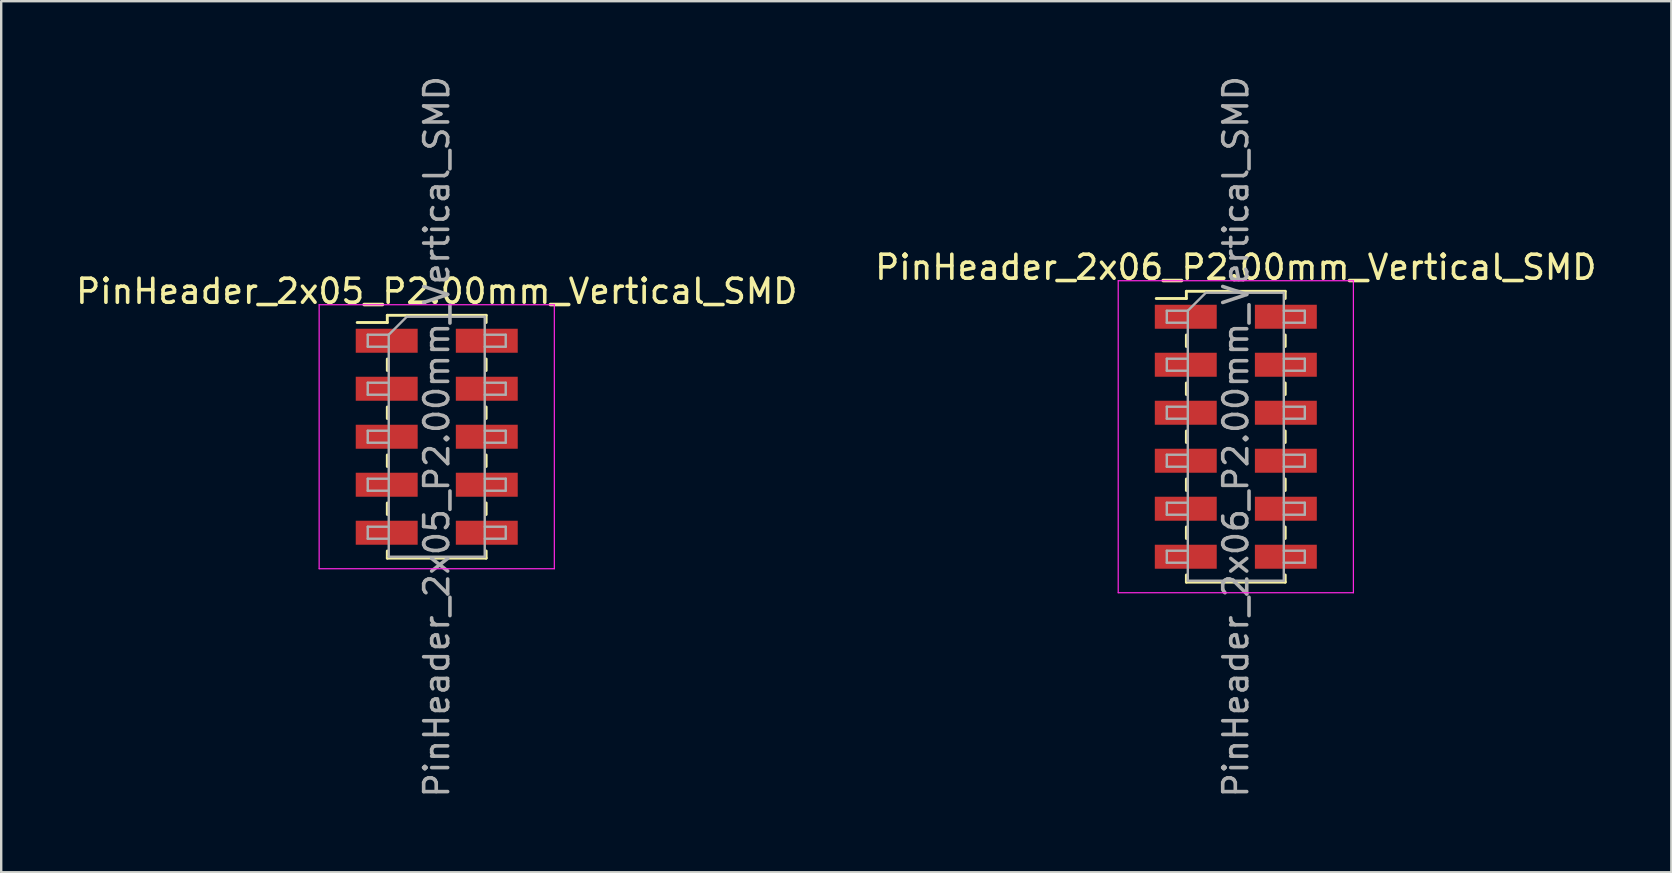
<source format=kicad_pcb>
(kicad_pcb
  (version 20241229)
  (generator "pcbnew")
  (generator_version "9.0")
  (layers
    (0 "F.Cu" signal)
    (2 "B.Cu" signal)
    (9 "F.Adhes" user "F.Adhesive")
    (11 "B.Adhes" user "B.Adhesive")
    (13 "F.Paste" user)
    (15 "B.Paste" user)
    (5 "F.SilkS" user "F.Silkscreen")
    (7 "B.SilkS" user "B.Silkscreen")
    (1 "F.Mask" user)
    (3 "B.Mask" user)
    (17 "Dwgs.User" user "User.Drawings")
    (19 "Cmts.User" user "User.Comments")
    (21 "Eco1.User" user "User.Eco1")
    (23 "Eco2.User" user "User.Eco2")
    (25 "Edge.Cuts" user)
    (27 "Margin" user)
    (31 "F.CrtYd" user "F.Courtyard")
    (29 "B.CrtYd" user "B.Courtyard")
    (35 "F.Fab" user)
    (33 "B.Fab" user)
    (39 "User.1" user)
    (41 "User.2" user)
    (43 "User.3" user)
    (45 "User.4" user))
  (footprint "PinHeader_2x06_P2.00mm_Vertical_SMD"
    (layer "F.Cu")
    (at 48.446 15.149)
    (property "Reference" "PinHeader_2x06_P2.00mm_Vertical_SMD" (at 0 -7.06 0) (layer "F.SilkS") (effects (font (size 1 1) (thickness 0.15))))
    (attr smd)
    (fp_line (start -3.315 -5.76) (end -2.06 -5.76) (stroke (width 0.12) (type solid)) (layer "F.SilkS"))
    (fp_line (start -2.06 -6.06) (end -2.06 -5.76) (stroke (width 0.12) (type solid)) (layer "F.SilkS"))
    (fp_line (start -2.06 -6.06) (end 2.06 -6.06) (stroke (width 0.12) (type solid)) (layer "F.SilkS"))
    (fp_line (start -2.06 -4.24) (end -2.06 -3.76) (stroke (width 0.12) (type solid)) (layer "F.SilkS"))
    (fp_line (start -2.06 -2.24) (end -2.06 -1.76) (stroke (width 0.12) (type solid)) (layer "F.SilkS"))
    (fp_line (start -2.06 -0.24) (end -2.06 0.24) (stroke (width 0.12) (type solid)) (layer "F.SilkS"))
    (fp_line (start -2.06 1.76) (end -2.06 2.24) (stroke (width 0.12) (type solid)) (layer "F.SilkS"))
    (fp_line (start -2.06 3.76) (end -2.06 4.24) (stroke (width 0.12) (type solid)) (layer "F.SilkS"))
    (fp_line (start -2.06 5.76) (end -2.06 6.06) (stroke (width 0.12) (type solid)) (layer "F.SilkS"))
    (fp_line (start -2.06 6.06) (end 2.06 6.06) (stroke (width 0.12) (type solid)) (layer "F.SilkS"))
    (fp_line (start 2.06 -6.06) (end 2.06 -5.76) (stroke (width 0.12) (type solid)) (layer "F.SilkS"))
    (fp_line (start 2.06 -4.24) (end 2.06 -3.76) (stroke (width 0.12) (type solid)) (layer "F.SilkS"))
    (fp_line (start 2.06 -2.24) (end 2.06 -1.76) (stroke (width 0.12) (type solid)) (layer "F.SilkS"))
    (fp_line (start 2.06 -0.24) (end 2.06 0.24) (stroke (width 0.12) (type solid)) (layer "F.SilkS"))
    (fp_line (start 2.06 1.76) (end 2.06 2.24) (stroke (width 0.12) (type solid)) (layer "F.SilkS"))
    (fp_line (start 2.06 3.76) (end 2.06 4.24) (stroke (width 0.12) (type solid)) (layer "F.SilkS"))
    (fp_line (start 2.06 5.76) (end 2.06 6.06) (stroke (width 0.12) (type solid)) (layer "F.SilkS"))
    (fp_line (start -4.9 -6.5) (end -4.9 6.5) (stroke (width 0.05) (type solid)) (layer "F.CrtYd"))
    (fp_line (start -4.9 6.5) (end 4.9 6.5) (stroke (width 0.05) (type solid)) (layer "F.CrtYd"))
    (fp_line (start 4.9 -6.5) (end -4.9 -6.5) (stroke (width 0.05) (type solid)) (layer "F.CrtYd"))
    (fp_line (start 4.9 6.5) (end 4.9 -6.5) (stroke (width 0.05) (type solid)) (layer "F.CrtYd"))
    (fp_line (start -2.875 -5.25) (end -2.875 -4.75) (stroke (width 0.1) (type solid)) (layer "F.Fab"))
    (fp_line (start -2.875 -4.75) (end -2 -4.75) (stroke (width 0.1) (type solid)) (layer "F.Fab"))
    (fp_line (start -2.875 -3.25) (end -2.875 -2.75) (stroke (width 0.1) (type solid)) (layer "F.Fab"))
    (fp_line (start -2.875 -2.75) (end -2 -2.75) (stroke (width 0.1) (type solid)) (layer "F.Fab"))
    (fp_line (start -2.875 -1.25) (end -2.875 -0.75) (stroke (width 0.1) (type solid)) (layer "F.Fab"))
    (fp_line (start -2.875 -0.75) (end -2 -0.75) (stroke (width 0.1) (type solid)) (layer "F.Fab"))
    (fp_line (start -2.875 0.75) (end -2.875 1.25) (stroke (width 0.1) (type solid)) (layer "F.Fab"))
    (fp_line (start -2.875 1.25) (end -2 1.25) (stroke (width 0.1) (type solid)) (layer "F.Fab"))
    (fp_line (start -2.875 2.75) (end -2.875 3.25) (stroke (width 0.1) (type solid)) (layer "F.Fab"))
    (fp_line (start -2.875 3.25) (end -2 3.25) (stroke (width 0.1) (type solid)) (layer "F.Fab"))
    (fp_line (start -2.875 4.75) (end -2.875 5.25) (stroke (width 0.1) (type solid)) (layer "F.Fab"))
    (fp_line (start -2.875 5.25) (end -2 5.25) (stroke (width 0.1) (type solid)) (layer "F.Fab"))
    (fp_line (start -2 -5.25) (end -2.875 -5.25) (stroke (width 0.1) (type solid)) (layer "F.Fab"))
    (fp_line (start -2 -5.25) (end -1.25 -6) (stroke (width 0.1) (type solid)) (layer "F.Fab"))
    (fp_line (start -2 -3.25) (end -2.875 -3.25) (stroke (width 0.1) (type solid)) (layer "F.Fab"))
    (fp_line (start -2 -1.25) (end -2.875 -1.25) (stroke (width 0.1) (type solid)) (layer "F.Fab"))
    (fp_line (start -2 0.75) (end -2.875 0.75) (stroke (width 0.1) (type solid)) (layer "F.Fab"))
    (fp_line (start -2 2.75) (end -2.875 2.75) (stroke (width 0.1) (type solid)) (layer "F.Fab"))
    (fp_line (start -2 4.75) (end -2.875 4.75) (stroke (width 0.1) (type solid)) (layer "F.Fab"))
    (fp_line (start -2 6) (end -2 -5.25) (stroke (width 0.1) (type solid)) (layer "F.Fab"))
    (fp_line (start -1.25 -6) (end 2 -6) (stroke (width 0.1) (type solid)) (layer "F.Fab"))
    (fp_line (start 2 -6) (end 2 6) (stroke (width 0.1) (type solid)) (layer "F.Fab"))
    (fp_line (start 2 -5.25) (end 2.875 -5.25) (stroke (width 0.1) (type solid)) (layer "F.Fab"))
    (fp_line (start 2 -3.25) (end 2.875 -3.25) (stroke (width 0.1) (type solid)) (layer "F.Fab"))
    (fp_line (start 2 -1.25) (end 2.875 -1.25) (stroke (width 0.1) (type solid)) (layer "F.Fab"))
    (fp_line (start 2 0.75) (end 2.875 0.75) (stroke (width 0.1) (type solid)) (layer "F.Fab"))
    (fp_line (start 2 2.75) (end 2.875 2.75) (stroke (width 0.1) (type solid)) (layer "F.Fab"))
    (fp_line (start 2 4.75) (end 2.875 4.75) (stroke (width 0.1) (type solid)) (layer "F.Fab"))
    (fp_line (start 2 6) (end -2 6) (stroke (width 0.1) (type solid)) (layer "F.Fab"))
    (fp_line (start 2.875 -5.25) (end 2.875 -4.75) (stroke (width 0.1) (type solid)) (layer "F.Fab"))
    (fp_line (start 2.875 -4.75) (end 2 -4.75) (stroke (width 0.1) (type solid)) (layer "F.Fab"))
    (fp_line (start 2.875 -3.25) (end 2.875 -2.75) (stroke (width 0.1) (type solid)) (layer "F.Fab"))
    (fp_line (start 2.875 -2.75) (end 2 -2.75) (stroke (width 0.1) (type solid)) (layer "F.Fab"))
    (fp_line (start 2.875 -1.25) (end 2.875 -0.75) (stroke (width 0.1) (type solid)) (layer "F.Fab"))
    (fp_line (start 2.875 -0.75) (end 2 -0.75) (stroke (width 0.1) (type solid)) (layer "F.Fab"))
    (fp_line (start 2.875 0.75) (end 2.875 1.25) (stroke (width 0.1) (type solid)) (layer "F.Fab"))
    (fp_line (start 2.875 1.25) (end 2 1.25) (stroke (width 0.1) (type solid)) (layer "F.Fab"))
    (fp_line (start 2.875 2.75) (end 2.875 3.25) (stroke (width 0.1) (type solid)) (layer "F.Fab"))
    (fp_line (start 2.875 3.25) (end 2 3.25) (stroke (width 0.1) (type solid)) (layer "F.Fab"))
    (fp_line (start 2.875 4.75) (end 2.875 5.25) (stroke (width 0.1) (type solid)) (layer "F.Fab"))
    (fp_line (start 2.875 5.25) (end 2 5.25) (stroke (width 0.1) (type solid)) (layer "F.Fab"))
    (fp_text user "${REFERENCE}" (at 0 0 90) (layer "F.Fab") (effects (font (size 1 1) (thickness 0.15))))
    (pad "1" smd rect (at -2.085 -5) (size 2.58 1) (layers "F.Cu" "F.Mask" "F.Paste"))
    (pad "2" smd rect (at 2.085 -5) (size 2.58 1) (layers "F.Cu" "F.Mask" "F.Paste"))
    (pad "3" smd rect (at -2.085 -3) (size 2.58 1) (layers "F.Cu" "F.Mask" "F.Paste"))
    (pad "4" smd rect (at 2.085 -3) (size 2.58 1) (layers "F.Cu" "F.Mask" "F.Paste"))
    (pad "5" smd rect (at -2.085 -1) (size 2.58 1) (layers "F.Cu" "F.Mask" "F.Paste"))
    (pad "6" smd rect (at 2.085 -1) (size 2.58 1) (layers "F.Cu" "F.Mask" "F.Paste"))
    (pad "7" smd rect (at -2.085 1) (size 2.58 1) (layers "F.Cu" "F.Mask" "F.Paste"))
    (pad "8" smd rect (at 2.085 1) (size 2.58 1) (layers "F.Cu" "F.Mask" "F.Paste"))
    (pad "9" smd rect (at -2.085 3) (size 2.58 1) (layers "F.Cu" "F.Mask" "F.Paste"))
    (pad "10" smd rect (at 2.085 3) (size 2.58 1) (layers "F.Cu" "F.Mask" "F.Paste"))
    (pad "11" smd rect (at -2.085 5) (size 2.58 1) (layers "F.Cu" "F.Mask" "F.Paste"))
    (pad "12" smd rect (at 2.085 5) (size 2.58 1) (layers "F.Cu" "F.Mask" "F.Paste")))
  (footprint "PinHeader_2x05_P2.00mm_Vertical_SMD"
    (layer "F.Cu")
    (at 15.149 15.149)
    (property "Reference" "PinHeader_2x05_P2.00mm_Vertical_SMD" (at 0 -6.06 0) (layer "F.SilkS") (effects (font (size 1 1) (thickness 0.15))))
    (attr smd)
    (fp_line (start -3.315 -4.76) (end -2.06 -4.76) (stroke (width 0.12) (type solid)) (layer "F.SilkS"))
    (fp_line (start -2.06 -5.06) (end -2.06 -4.76) (stroke (width 0.12) (type solid)) (layer "F.SilkS"))
    (fp_line (start -2.06 -5.06) (end 2.06 -5.06) (stroke (width 0.12) (type solid)) (layer "F.SilkS"))
    (fp_line (start -2.06 -3.24) (end -2.06 -2.76) (stroke (width 0.12) (type solid)) (layer "F.SilkS"))
    (fp_line (start -2.06 -1.24) (end -2.06 -0.76) (stroke (width 0.12) (type solid)) (layer "F.SilkS"))
    (fp_line (start -2.06 0.76) (end -2.06 1.24) (stroke (width 0.12) (type solid)) (layer "F.SilkS"))
    (fp_line (start -2.06 2.76) (end -2.06 3.24) (stroke (width 0.12) (type solid)) (layer "F.SilkS"))
    (fp_line (start -2.06 4.76) (end -2.06 5.06) (stroke (width 0.12) (type solid)) (layer "F.SilkS"))
    (fp_line (start -2.06 5.06) (end 2.06 5.06) (stroke (width 0.12) (type solid)) (layer "F.SilkS"))
    (fp_line (start 2.06 -5.06) (end 2.06 -4.76) (stroke (width 0.12) (type solid)) (layer "F.SilkS"))
    (fp_line (start 2.06 -3.24) (end 2.06 -2.76) (stroke (width 0.12) (type solid)) (layer "F.SilkS"))
    (fp_line (start 2.06 -1.24) (end 2.06 -0.76) (stroke (width 0.12) (type solid)) (layer "F.SilkS"))
    (fp_line (start 2.06 0.76) (end 2.06 1.24) (stroke (width 0.12) (type solid)) (layer "F.SilkS"))
    (fp_line (start 2.06 2.76) (end 2.06 3.24) (stroke (width 0.12) (type solid)) (layer "F.SilkS"))
    (fp_line (start 2.06 4.76) (end 2.06 5.06) (stroke (width 0.12) (type solid)) (layer "F.SilkS"))
    (fp_line (start -4.9 -5.5) (end -4.9 5.5) (stroke (width 0.05) (type solid)) (layer "F.CrtYd"))
    (fp_line (start -4.9 5.5) (end 4.9 5.5) (stroke (width 0.05) (type solid)) (layer "F.CrtYd"))
    (fp_line (start 4.9 -5.5) (end -4.9 -5.5) (stroke (width 0.05) (type solid)) (layer "F.CrtYd"))
    (fp_line (start 4.9 5.5) (end 4.9 -5.5) (stroke (width 0.05) (type solid)) (layer "F.CrtYd"))
    (fp_line (start -2.875 -4.25) (end -2.875 -3.75) (stroke (width 0.1) (type solid)) (layer "F.Fab"))
    (fp_line (start -2.875 -3.75) (end -2 -3.75) (stroke (width 0.1) (type solid)) (layer "F.Fab"))
    (fp_line (start -2.875 -2.25) (end -2.875 -1.75) (stroke (width 0.1) (type solid)) (layer "F.Fab"))
    (fp_line (start -2.875 -1.75) (end -2 -1.75) (stroke (width 0.1) (type solid)) (layer "F.Fab"))
    (fp_line (start -2.875 -0.25) (end -2.875 0.25) (stroke (width 0.1) (type solid)) (layer "F.Fab"))
    (fp_line (start -2.875 0.25) (end -2 0.25) (stroke (width 0.1) (type solid)) (layer "F.Fab"))
    (fp_line (start -2.875 1.75) (end -2.875 2.25) (stroke (width 0.1) (type solid)) (layer "F.Fab"))
    (fp_line (start -2.875 2.25) (end -2 2.25) (stroke (width 0.1) (type solid)) (layer "F.Fab"))
    (fp_line (start -2.875 3.75) (end -2.875 4.25) (stroke (width 0.1) (type solid)) (layer "F.Fab"))
    (fp_line (start -2.875 4.25) (end -2 4.25) (stroke (width 0.1) (type solid)) (layer "F.Fab"))
    (fp_line (start -2 -4.25) (end -2.875 -4.25) (stroke (width 0.1) (type solid)) (layer "F.Fab"))
    (fp_line (start -2 -4.25) (end -1.25 -5) (stroke (width 0.1) (type solid)) (layer "F.Fab"))
    (fp_line (start -2 -2.25) (end -2.875 -2.25) (stroke (width 0.1) (type solid)) (layer "F.Fab"))
    (fp_line (start -2 -0.25) (end -2.875 -0.25) (stroke (width 0.1) (type solid)) (layer "F.Fab"))
    (fp_line (start -2 1.75) (end -2.875 1.75) (stroke (width 0.1) (type solid)) (layer "F.Fab"))
    (fp_line (start -2 3.75) (end -2.875 3.75) (stroke (width 0.1) (type solid)) (layer "F.Fab"))
    (fp_line (start -2 5) (end -2 -4.25) (stroke (width 0.1) (type solid)) (layer "F.Fab"))
    (fp_line (start -1.25 -5) (end 2 -5) (stroke (width 0.1) (type solid)) (layer "F.Fab"))
    (fp_line (start 2 -5) (end 2 5) (stroke (width 0.1) (type solid)) (layer "F.Fab"))
    (fp_line (start 2 -4.25) (end 2.875 -4.25) (stroke (width 0.1) (type solid)) (layer "F.Fab"))
    (fp_line (start 2 -2.25) (end 2.875 -2.25) (stroke (width 0.1) (type solid)) (layer "F.Fab"))
    (fp_line (start 2 -0.25) (end 2.875 -0.25) (stroke (width 0.1) (type solid)) (layer "F.Fab"))
    (fp_line (start 2 1.75) (end 2.875 1.75) (stroke (width 0.1) (type solid)) (layer "F.Fab"))
    (fp_line (start 2 3.75) (end 2.875 3.75) (stroke (width 0.1) (type solid)) (layer "F.Fab"))
    (fp_line (start 2 5) (end -2 5) (stroke (width 0.1) (type solid)) (layer "F.Fab"))
    (fp_line (start 2.875 -4.25) (end 2.875 -3.75) (stroke (width 0.1) (type solid)) (layer "F.Fab"))
    (fp_line (start 2.875 -3.75) (end 2 -3.75) (stroke (width 0.1) (type solid)) (layer "F.Fab"))
    (fp_line (start 2.875 -2.25) (end 2.875 -1.75) (stroke (width 0.1) (type solid)) (layer "F.Fab"))
    (fp_line (start 2.875 -1.75) (end 2 -1.75) (stroke (width 0.1) (type solid)) (layer "F.Fab"))
    (fp_line (start 2.875 -0.25) (end 2.875 0.25) (stroke (width 0.1) (type solid)) (layer "F.Fab"))
    (fp_line (start 2.875 0.25) (end 2 0.25) (stroke (width 0.1) (type solid)) (layer "F.Fab"))
    (fp_line (start 2.875 1.75) (end 2.875 2.25) (stroke (width 0.1) (type solid)) (layer "F.Fab"))
    (fp_line (start 2.875 2.25) (end 2 2.25) (stroke (width 0.1) (type solid)) (layer "F.Fab"))
    (fp_line (start 2.875 3.75) (end 2.875 4.25) (stroke (width 0.1) (type solid)) (layer "F.Fab"))
    (fp_line (start 2.875 4.25) (end 2 4.25) (stroke (width 0.1) (type solid)) (layer "F.Fab"))
    (fp_text user "${REFERENCE}" (at 0 0 90) (layer "F.Fab") (effects (font (size 1 1) (thickness 0.15))))
    (pad "1" smd rect (at -2.085 -4) (size 2.58 1) (layers "F.Cu" "F.Mask" "F.Paste"))
    (pad "2" smd rect (at 2.085 -4) (size 2.58 1) (layers "F.Cu" "F.Mask" "F.Paste"))
    (pad "3" smd rect (at -2.085 -2) (size 2.58 1) (layers "F.Cu" "F.Mask" "F.Paste"))
    (pad "4" smd rect (at 2.085 -2) (size 2.58 1) (layers "F.Cu" "F.Mask" "F.Paste"))
    (pad "5" smd rect (at -2.085 0) (size 2.58 1) (layers "F.Cu" "F.Mask" "F.Paste"))
    (pad "6" smd rect (at 2.085 0) (size 2.58 1) (layers "F.Cu" "F.Mask" "F.Paste"))
    (pad "7" smd rect (at -2.085 2) (size 2.58 1) (layers "F.Cu" "F.Mask" "F.Paste"))
    (pad "8" smd rect (at 2.085 2) (size 2.58 1) (layers "F.Cu" "F.Mask" "F.Paste"))
    (pad "9" smd rect (at -2.085 4) (size 2.58 1) (layers "F.Cu" "F.Mask" "F.Paste"))
    (pad "10" smd rect (at 2.085 4) (size 2.58 1) (layers "F.Cu" "F.Mask" "F.Paste")))
  (gr_rect
    (start -3 -3)
    (end 66.595 33.298)
    (stroke (width 0.1) (type default))
    (fill no)
    (layer "Edge.Cuts")))
</source>
